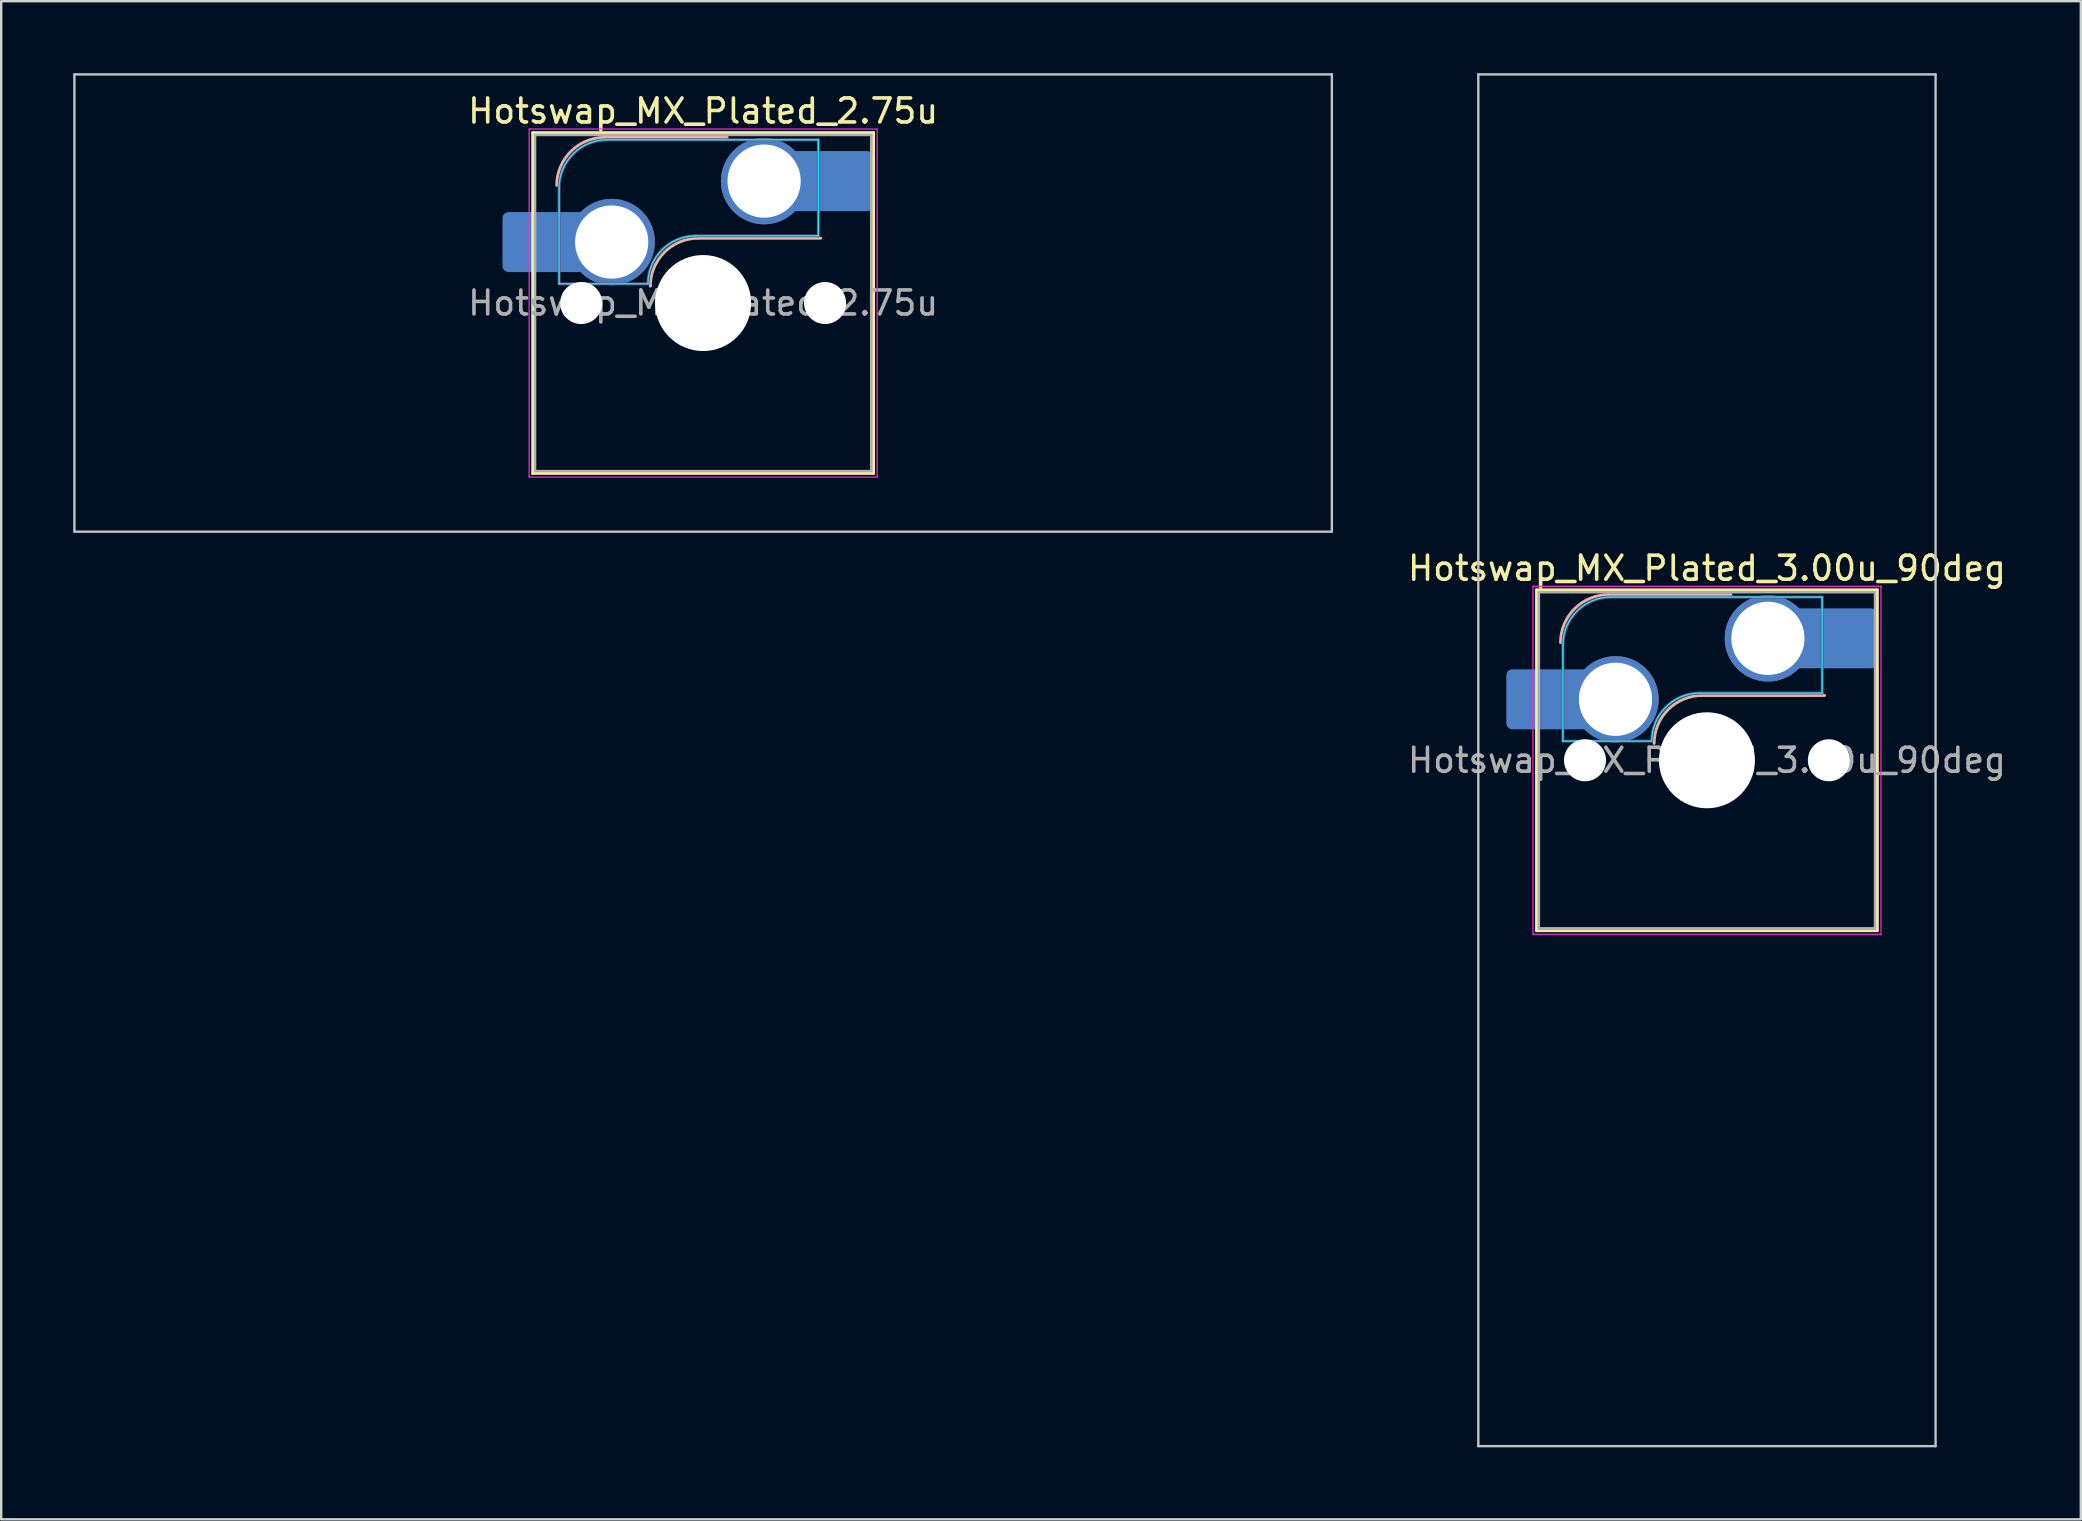
<source format=kicad_pcb>
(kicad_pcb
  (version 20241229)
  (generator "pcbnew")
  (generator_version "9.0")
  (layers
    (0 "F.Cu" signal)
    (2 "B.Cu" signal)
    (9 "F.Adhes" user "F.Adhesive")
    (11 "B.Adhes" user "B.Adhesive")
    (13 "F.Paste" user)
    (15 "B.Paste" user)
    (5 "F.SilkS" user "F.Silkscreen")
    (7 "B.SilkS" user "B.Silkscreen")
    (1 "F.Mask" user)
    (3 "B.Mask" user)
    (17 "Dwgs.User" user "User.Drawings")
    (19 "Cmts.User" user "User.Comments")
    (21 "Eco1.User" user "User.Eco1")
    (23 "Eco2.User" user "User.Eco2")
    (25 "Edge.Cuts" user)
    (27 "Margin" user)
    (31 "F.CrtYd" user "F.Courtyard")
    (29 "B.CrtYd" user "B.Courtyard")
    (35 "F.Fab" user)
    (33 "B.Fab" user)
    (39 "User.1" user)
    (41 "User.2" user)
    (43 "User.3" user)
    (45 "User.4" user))
  (footprint "Hotswap_MX_Plated_3.00u_90deg"
    (layer "F.Cu")
    (at 68.065 28.625)
    (property "Reference" "Hotswap_MX_Plated_3.00u_90deg" (at 0 -8 0) (layer "F.SilkS") (effects (font (size 1 1) (thickness 0.15))))
    (attr smd allow_soldermask_bridges)
    (fp_line (start -7.1 -7.1) (end -7.1 7.1) (stroke (width 0.12) (type solid)) (layer "F.SilkS"))
    (fp_line (start -7.1 7.1) (end 7.1 7.1) (stroke (width 0.12) (type solid)) (layer "F.SilkS"))
    (fp_line (start 7.1 -7.1) (end -7.1 -7.1) (stroke (width 0.12) (type solid)) (layer "F.SilkS"))
    (fp_line (start 7.1 7.1) (end 7.1 -7.1) (stroke (width 0.12) (type solid)) (layer "F.SilkS"))
    (fp_line (start -4.1 -6.9) (end 1 -6.9) (stroke (width 0.12) (type solid)) (layer "B.SilkS"))
    (fp_line (start -0.2 -2.7) (end 4.9 -2.7) (stroke (width 0.12) (type solid)) (layer "B.SilkS"))
    (fp_arc (start -6.1 -4.9) (mid -5.514214 -6.314214) (end -4.1 -6.9) (stroke (width 0.12) (type solid)) (layer "B.SilkS"))
    (fp_arc (start -2.2 -0.7) (mid -1.614214 -2.114214) (end -0.2 -2.7) (stroke (width 0.12) (type solid)) (layer "B.SilkS"))
    (fp_line (start -9.525 -28.575) (end 9.525 -28.575) (stroke (width 0.1) (type solid)) (layer "Dwgs.User"))
    (fp_line (start -9.525 28.575) (end -9.525 -28.575) (stroke (width 0.1) (type solid)) (layer "Dwgs.User"))
    (fp_line (start 9.525 -28.575) (end 9.525 28.575) (stroke (width 0.1) (type solid)) (layer "Dwgs.User"))
    (fp_line (start 9.525 28.575) (end -9.525 28.575) (stroke (width 0.1) (type solid)) (layer "Dwgs.User"))
    (fp_line (start -7.8 -6) (end -7 -6) (stroke (width 0.1) (type solid)) (layer "Eco1.User"))
    (fp_line (start -7.8 -2.9) (end -7.8 -6) (stroke (width 0.1) (type solid)) (layer "Eco1.User"))
    (fp_line (start -7.8 2.9) (end -7 2.9) (stroke (width 0.1) (type solid)) (layer "Eco1.User"))
    (fp_line (start -7.8 6) (end -7.8 2.9) (stroke (width 0.1) (type solid)) (layer "Eco1.User"))
    (fp_line (start -7 -7) (end 7 -7) (stroke (width 0.1) (type solid)) (layer "Eco1.User"))
    (fp_line (start -7 -6) (end -7 -7) (stroke (width 0.1) (type solid)) (layer "Eco1.User"))
    (fp_line (start -7 -2.9) (end -7.8 -2.9) (stroke (width 0.1) (type solid)) (layer "Eco1.User"))
    (fp_line (start -7 2.9) (end -7 -2.9) (stroke (width 0.1) (type solid)) (layer "Eco1.User"))
    (fp_line (start -7 6) (end -7.8 6) (stroke (width 0.1) (type solid)) (layer "Eco1.User"))
    (fp_line (start -7 7) (end -7 6) (stroke (width 0.1) (type solid)) (layer "Eco1.User"))
    (fp_line (start 7 -7) (end 7 -6) (stroke (width 0.1) (type solid)) (layer "Eco1.User"))
    (fp_line (start 7 -6) (end 7.8 -6) (stroke (width 0.1) (type solid)) (layer "Eco1.User"))
    (fp_line (start 7 -2.9) (end 7 2.9) (stroke (width 0.1) (type solid)) (layer "Eco1.User"))
    (fp_line (start 7 2.9) (end 7.8 2.9) (stroke (width 0.1) (type solid)) (layer "Eco1.User"))
    (fp_line (start 7 6) (end 7 7) (stroke (width 0.1) (type solid)) (layer "Eco1.User"))
    (fp_line (start 7 7) (end -7 7) (stroke (width 0.1) (type solid)) (layer "Eco1.User"))
    (fp_line (start 7.8 -6) (end 7.8 -2.9) (stroke (width 0.1) (type solid)) (layer "Eco1.User"))
    (fp_line (start 7.8 -2.9) (end 7 -2.9) (stroke (width 0.1) (type solid)) (layer "Eco1.User"))
    (fp_line (start 7.8 2.9) (end 7.8 6) (stroke (width 0.1) (type solid)) (layer "Eco1.User"))
    (fp_line (start 7.8 6) (end 7 6) (stroke (width 0.1) (type solid)) (layer "Eco1.User"))
    (fp_line (start -6 -0.8) (end -6 -4.8) (stroke (width 0.05) (type solid)) (layer "B.CrtYd"))
    (fp_line (start -6 -0.8) (end -2.3 -0.8) (stroke (width 0.05) (type solid)) (layer "B.CrtYd"))
    (fp_line (start -4 -6.8) (end 4.8 -6.8) (stroke (width 0.05) (type solid)) (layer "B.CrtYd"))
    (fp_line (start -0.3 -2.8) (end 4.8 -2.8) (stroke (width 0.05) (type solid)) (layer "B.CrtYd"))
    (fp_line (start 4.8 -6.8) (end 4.8 -2.8) (stroke (width 0.05) (type solid)) (layer "B.CrtYd"))
    (fp_arc (start -6 -4.8) (mid -5.414214 -6.214214) (end -4 -6.8) (stroke (width 0.05) (type solid)) (layer "B.CrtYd"))
    (fp_arc (start -2.3 -0.8) (mid -1.714214 -2.214214) (end -0.3 -2.8) (stroke (width 0.05) (type solid)) (layer "B.CrtYd"))
    (fp_line (start -7.25 -7.25) (end -7.25 7.25) (stroke (width 0.05) (type solid)) (layer "F.CrtYd"))
    (fp_line (start -7.25 7.25) (end 7.25 7.25) (stroke (width 0.05) (type solid)) (layer "F.CrtYd"))
    (fp_line (start 7.25 -7.25) (end -7.25 -7.25) (stroke (width 0.05) (type solid)) (layer "F.CrtYd"))
    (fp_line (start 7.25 7.25) (end 7.25 -7.25) (stroke (width 0.05) (type solid)) (layer "F.CrtYd"))
    (fp_line (start -6 -0.8) (end -6 -4.8) (stroke (width 0.12) (type solid)) (layer "B.Fab"))
    (fp_line (start -6 -0.8) (end -2.3 -0.8) (stroke (width 0.12) (type solid)) (layer "B.Fab"))
    (fp_line (start -4 -6.8) (end 4.8 -6.8) (stroke (width 0.12) (type solid)) (layer "B.Fab"))
    (fp_line (start -0.3 -2.8) (end 4.8 -2.8) (stroke (width 0.12) (type solid)) (layer "B.Fab"))
    (fp_line (start 4.8 -6.8) (end 4.8 -2.8) (stroke (width 0.12) (type solid)) (layer "B.Fab"))
    (fp_arc (start -6 -4.8) (mid -5.414214 -6.214214) (end -4 -6.8) (stroke (width 0.12) (type solid)) (layer "B.Fab"))
    (fp_arc (start -2.3 -0.8) (mid -1.714214 -2.214214) (end -0.3 -2.8) (stroke (width 0.12) (type solid)) (layer "B.Fab"))
    (fp_line (start -7 -7) (end -7 7) (stroke (width 0.1) (type solid)) (layer "F.Fab"))
    (fp_line (start -7 7) (end 7 7) (stroke (width 0.1) (type solid)) (layer "F.Fab"))
    (fp_line (start 7 -7) (end -7 -7) (stroke (width 0.1) (type solid)) (layer "F.Fab"))
    (fp_line (start 7 7) (end 7 -7) (stroke (width 0.1) (type solid)) (layer "F.Fab"))
    (fp_text user "${REFERENCE}" (at 0 0 0) (layer "F.Fab") (effects (font (size 1 1) (thickness 0.15))))
    (pad "" smd roundrect (at -7.085 -2.54) (size 2.55 2.5) (layers "B.Mask" "B.Paste") (roundrect_rratio 0.1))
    (pad "" np_thru_hole circle (at -5.08 0) (size 1.75 1.75) (drill 1.75) (layers "*.Cu" "*.Mask"))
    (pad "" np_thru_hole circle (at 0 0) (size 4 4) (drill 4) (layers "*.Cu" "*.Mask"))
    (pad "" np_thru_hole circle (at 5.08 0) (size 1.75 1.75) (drill 1.75) (layers "*.Cu" "*.Mask"))
    (pad "" smd roundrect (at 5.842 -5.08) (size 2.55 2.5) (layers "B.Mask" "B.Paste") (roundrect_rratio 0.1))
    (pad "1" smd roundrect (at -6.585 -2.54) (size 3.55 2.5) (layers "B.Cu") (roundrect_rratio 0.1))
    (pad "1" thru_hole circle (at -3.81 -2.54) (size 3.6 3.6) (drill 3.05) (layers "*.Cu" "*.Mask"))
    (pad "2" thru_hole circle (at 2.54 -5.08) (size 3.6 3.6) (drill 3.05) (layers "*.Cu" "*.Mask"))
    (pad "2" smd roundrect (at 5.32 -5.08) (size 3.55 2.5) (layers "B.Cu") (roundrect_rratio 0.1)))
  (footprint "Hotswap_MX_Plated_2.75u"
    (layer "F.Cu")
    (at 26.244 9.575)
    (property "Reference" "Hotswap_MX_Plated_2.75u" (at 0 -8 0) (layer "F.SilkS") (effects (font (size 1 1) (thickness 0.15))))
    (attr smd allow_soldermask_bridges)
    (fp_line (start -7.1 -7.1) (end -7.1 7.1) (stroke (width 0.12) (type solid)) (layer "F.SilkS"))
    (fp_line (start -7.1 7.1) (end 7.1 7.1) (stroke (width 0.12) (type solid)) (layer "F.SilkS"))
    (fp_line (start 7.1 -7.1) (end -7.1 -7.1) (stroke (width 0.12) (type solid)) (layer "F.SilkS"))
    (fp_line (start 7.1 7.1) (end 7.1 -7.1) (stroke (width 0.12) (type solid)) (layer "F.SilkS"))
    (fp_line (start -4.1 -6.9) (end 1 -6.9) (stroke (width 0.12) (type solid)) (layer "B.SilkS"))
    (fp_line (start -0.2 -2.7) (end 4.9 -2.7) (stroke (width 0.12) (type solid)) (layer "B.SilkS"))
    (fp_arc (start -6.1 -4.9) (mid -5.514214 -6.314214) (end -4.1 -6.9) (stroke (width 0.12) (type solid)) (layer "B.SilkS"))
    (fp_arc (start -2.2 -0.7) (mid -1.614214 -2.114214) (end -0.2 -2.7) (stroke (width 0.12) (type solid)) (layer "B.SilkS"))
    (fp_line (start -26.194 -9.525) (end -26.194 9.525) (stroke (width 0.1) (type solid)) (layer "Dwgs.User"))
    (fp_line (start -26.194 9.525) (end 26.194 9.525) (stroke (width 0.1) (type solid)) (layer "Dwgs.User"))
    (fp_line (start 26.194 -9.525) (end -26.194 -9.525) (stroke (width 0.1) (type solid)) (layer "Dwgs.User"))
    (fp_line (start 26.194 9.525) (end 26.194 -9.525) (stroke (width 0.1) (type solid)) (layer "Dwgs.User"))
    (fp_line (start -7.8 -6) (end -7 -6) (stroke (width 0.1) (type solid)) (layer "Eco1.User"))
    (fp_line (start -7.8 -2.9) (end -7.8 -6) (stroke (width 0.1) (type solid)) (layer "Eco1.User"))
    (fp_line (start -7.8 2.9) (end -7 2.9) (stroke (width 0.1) (type solid)) (layer "Eco1.User"))
    (fp_line (start -7.8 6) (end -7.8 2.9) (stroke (width 0.1) (type solid)) (layer "Eco1.User"))
    (fp_line (start -7 -7) (end 7 -7) (stroke (width 0.1) (type solid)) (layer "Eco1.User"))
    (fp_line (start -7 -6) (end -7 -7) (stroke (width 0.1) (type solid)) (layer "Eco1.User"))
    (fp_line (start -7 -2.9) (end -7.8 -2.9) (stroke (width 0.1) (type solid)) (layer "Eco1.User"))
    (fp_line (start -7 2.9) (end -7 -2.9) (stroke (width 0.1) (type solid)) (layer "Eco1.User"))
    (fp_line (start -7 6) (end -7.8 6) (stroke (width 0.1) (type solid)) (layer "Eco1.User"))
    (fp_line (start -7 7) (end -7 6) (stroke (width 0.1) (type solid)) (layer "Eco1.User"))
    (fp_line (start 7 -7) (end 7 -6) (stroke (width 0.1) (type solid)) (layer "Eco1.User"))
    (fp_line (start 7 -6) (end 7.8 -6) (stroke (width 0.1) (type solid)) (layer "Eco1.User"))
    (fp_line (start 7 -2.9) (end 7 2.9) (stroke (width 0.1) (type solid)) (layer "Eco1.User"))
    (fp_line (start 7 2.9) (end 7.8 2.9) (stroke (width 0.1) (type solid)) (layer "Eco1.User"))
    (fp_line (start 7 6) (end 7 7) (stroke (width 0.1) (type solid)) (layer "Eco1.User"))
    (fp_line (start 7 7) (end -7 7) (stroke (width 0.1) (type solid)) (layer "Eco1.User"))
    (fp_line (start 7.8 -6) (end 7.8 -2.9) (stroke (width 0.1) (type solid)) (layer "Eco1.User"))
    (fp_line (start 7.8 -2.9) (end 7 -2.9) (stroke (width 0.1) (type solid)) (layer "Eco1.User"))
    (fp_line (start 7.8 2.9) (end 7.8 6) (stroke (width 0.1) (type solid)) (layer "Eco1.User"))
    (fp_line (start 7.8 6) (end 7 6) (stroke (width 0.1) (type solid)) (layer "Eco1.User"))
    (fp_line (start -6 -0.8) (end -6 -4.8) (stroke (width 0.05) (type solid)) (layer "B.CrtYd"))
    (fp_line (start -6 -0.8) (end -2.3 -0.8) (stroke (width 0.05) (type solid)) (layer "B.CrtYd"))
    (fp_line (start -4 -6.8) (end 4.8 -6.8) (stroke (width 0.05) (type solid)) (layer "B.CrtYd"))
    (fp_line (start -0.3 -2.8) (end 4.8 -2.8) (stroke (width 0.05) (type solid)) (layer "B.CrtYd"))
    (fp_line (start 4.8 -6.8) (end 4.8 -2.8) (stroke (width 0.05) (type solid)) (layer "B.CrtYd"))
    (fp_arc (start -6 -4.8) (mid -5.414214 -6.214214) (end -4 -6.8) (stroke (width 0.05) (type solid)) (layer "B.CrtYd"))
    (fp_arc (start -2.3 -0.8) (mid -1.714214 -2.214214) (end -0.3 -2.8) (stroke (width 0.05) (type solid)) (layer "B.CrtYd"))
    (fp_line (start -7.25 -7.25) (end -7.25 7.25) (stroke (width 0.05) (type solid)) (layer "F.CrtYd"))
    (fp_line (start -7.25 7.25) (end 7.25 7.25) (stroke (width 0.05) (type solid)) (layer "F.CrtYd"))
    (fp_line (start 7.25 -7.25) (end -7.25 -7.25) (stroke (width 0.05) (type solid)) (layer "F.CrtYd"))
    (fp_line (start 7.25 7.25) (end 7.25 -7.25) (stroke (width 0.05) (type solid)) (layer "F.CrtYd"))
    (fp_line (start -6 -0.8) (end -6 -4.8) (stroke (width 0.12) (type solid)) (layer "B.Fab"))
    (fp_line (start -6 -0.8) (end -2.3 -0.8) (stroke (width 0.12) (type solid)) (layer "B.Fab"))
    (fp_line (start -4 -6.8) (end 4.8 -6.8) (stroke (width 0.12) (type solid)) (layer "B.Fab"))
    (fp_line (start -0.3 -2.8) (end 4.8 -2.8) (stroke (width 0.12) (type solid)) (layer "B.Fab"))
    (fp_line (start 4.8 -6.8) (end 4.8 -2.8) (stroke (width 0.12) (type solid)) (layer "B.Fab"))
    (fp_arc (start -6 -4.8) (mid -5.414214 -6.214214) (end -4 -6.8) (stroke (width 0.12) (type solid)) (layer "B.Fab"))
    (fp_arc (start -2.3 -0.8) (mid -1.714214 -2.214214) (end -0.3 -2.8) (stroke (width 0.12) (type solid)) (layer "B.Fab"))
    (fp_line (start -7 -7) (end -7 7) (stroke (width 0.1) (type solid)) (layer "F.Fab"))
    (fp_line (start -7 7) (end 7 7) (stroke (width 0.1) (type solid)) (layer "F.Fab"))
    (fp_line (start 7 -7) (end -7 -7) (stroke (width 0.1) (type solid)) (layer "F.Fab"))
    (fp_line (start 7 7) (end 7 -7) (stroke (width 0.1) (type solid)) (layer "F.Fab"))
    (fp_text user "${REFERENCE}" (at 0 0 0) (layer "F.Fab") (effects (font (size 1 1) (thickness 0.15))))
    (pad "" smd roundrect (at -7.085 -2.54) (size 2.55 2.5) (layers "B.Mask" "B.Paste") (roundrect_rratio 0.1))
    (pad "" np_thru_hole circle (at -5.08 0) (size 1.75 1.75) (drill 1.75) (layers "*.Cu" "*.Mask"))
    (pad "" np_thru_hole circle (at 0 0) (size 4 4) (drill 4) (layers "*.Cu" "*.Mask"))
    (pad "" np_thru_hole circle (at 5.08 0) (size 1.75 1.75) (drill 1.75) (layers "*.Cu" "*.Mask"))
    (pad "" smd roundrect (at 5.842 -5.08) (size 2.55 2.5) (layers "B.Mask" "B.Paste") (roundrect_rratio 0.1))
    (pad "1" smd roundrect (at -6.585 -2.54) (size 3.55 2.5) (layers "B.Cu") (roundrect_rratio 0.1))
    (pad "1" thru_hole circle (at -3.81 -2.54) (size 3.6 3.6) (drill 3.05) (layers "*.Cu" "*.Mask"))
    (pad "2" thru_hole circle (at 2.54 -5.08) (size 3.6 3.6) (drill 3.05) (layers "*.Cu" "*.Mask"))
    (pad "2" smd roundrect (at 5.32 -5.08) (size 3.55 2.5) (layers "B.Cu") (roundrect_rratio 0.1)))
  (gr_rect
    (start -3 -3)
    (end 83.642 60.25)
    (stroke (width 0.1) (type default))
    (fill no)
    (layer "Edge.Cuts")))
</source>
